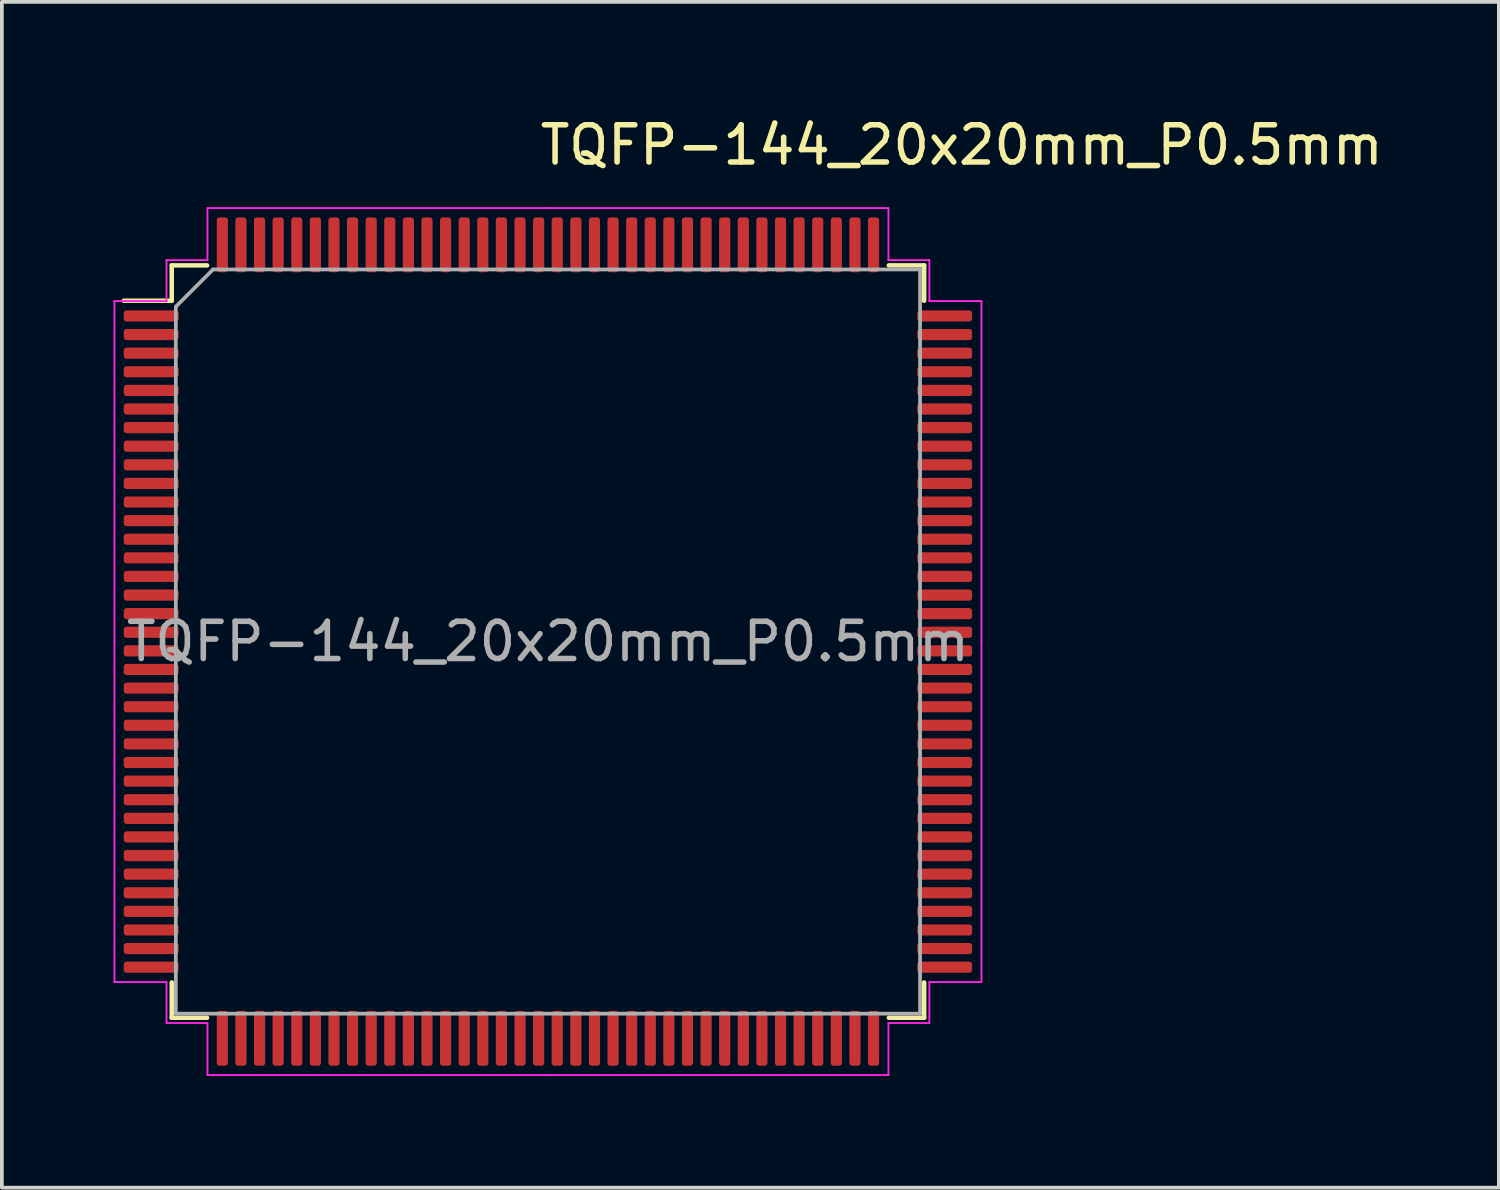
<source format=kicad_pcb>
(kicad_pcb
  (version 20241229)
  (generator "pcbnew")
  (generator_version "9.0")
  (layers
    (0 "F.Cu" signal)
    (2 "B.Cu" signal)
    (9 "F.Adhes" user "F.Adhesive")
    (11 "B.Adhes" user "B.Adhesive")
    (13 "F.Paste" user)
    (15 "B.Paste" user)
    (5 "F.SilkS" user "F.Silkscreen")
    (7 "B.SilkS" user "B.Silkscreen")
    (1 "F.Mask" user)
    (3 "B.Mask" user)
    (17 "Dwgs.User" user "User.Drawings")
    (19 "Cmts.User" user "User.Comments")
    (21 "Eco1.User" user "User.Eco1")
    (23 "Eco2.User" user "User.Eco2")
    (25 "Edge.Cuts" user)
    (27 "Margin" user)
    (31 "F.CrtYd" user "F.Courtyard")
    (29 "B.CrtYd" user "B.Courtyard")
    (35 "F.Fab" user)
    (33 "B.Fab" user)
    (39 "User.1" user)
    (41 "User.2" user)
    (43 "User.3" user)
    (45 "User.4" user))
  (footprint "TQFP-144_20x20mm_P0.5mm"
    (layer "F.Cu")
    (at 11.675 14.191)
    (property "Reference" "TQFP-144_20x20mm_P0.5mm" (at 11.12 -13.343 0) (layer "F.SilkS") (effects (font (size 1 1) (thickness 0.15))))
    (attr smd)
    (fp_line (start -10.11 -10.11) (end -10.11 -9.16) (stroke (width 0.12) (type solid)) (layer "F.SilkS"))
    (fp_line (start -10.11 -9.16) (end -11.4 -9.16) (stroke (width 0.12) (type solid)) (layer "F.SilkS"))
    (fp_line (start -10.11 10.11) (end -10.11 9.16) (stroke (width 0.12) (type solid)) (layer "F.SilkS"))
    (fp_line (start -9.16 -10.11) (end -10.11 -10.11) (stroke (width 0.12) (type solid)) (layer "F.SilkS"))
    (fp_line (start -9.16 10.11) (end -10.11 10.11) (stroke (width 0.12) (type solid)) (layer "F.SilkS"))
    (fp_line (start 9.16 -10.11) (end 10.11 -10.11) (stroke (width 0.12) (type solid)) (layer "F.SilkS"))
    (fp_line (start 9.16 10.11) (end 10.11 10.11) (stroke (width 0.12) (type solid)) (layer "F.SilkS"))
    (fp_line (start 10.11 -10.11) (end 10.11 -9.16) (stroke (width 0.12) (type solid)) (layer "F.SilkS"))
    (fp_line (start 10.11 10.11) (end 10.11 9.16) (stroke (width 0.12) (type solid)) (layer "F.SilkS"))
    (fp_line (start -11.65 -9.15) (end -11.65 0) (stroke (width 0.05) (type solid)) (layer "F.CrtYd"))
    (fp_line (start -11.65 9.15) (end -11.65 0) (stroke (width 0.05) (type solid)) (layer "F.CrtYd"))
    (fp_line (start -10.25 -10.25) (end -10.25 -9.15) (stroke (width 0.05) (type solid)) (layer "F.CrtYd"))
    (fp_line (start -10.25 -9.15) (end -11.65 -9.15) (stroke (width 0.05) (type solid)) (layer "F.CrtYd"))
    (fp_line (start -10.25 9.15) (end -11.65 9.15) (stroke (width 0.05) (type solid)) (layer "F.CrtYd"))
    (fp_line (start -10.25 10.25) (end -10.25 9.15) (stroke (width 0.05) (type solid)) (layer "F.CrtYd"))
    (fp_line (start -9.15 -11.65) (end -9.15 -10.25) (stroke (width 0.05) (type solid)) (layer "F.CrtYd"))
    (fp_line (start -9.15 -10.25) (end -10.25 -10.25) (stroke (width 0.05) (type solid)) (layer "F.CrtYd"))
    (fp_line (start -9.15 10.25) (end -10.25 10.25) (stroke (width 0.05) (type solid)) (layer "F.CrtYd"))
    (fp_line (start -9.15 11.65) (end -9.15 10.25) (stroke (width 0.05) (type solid)) (layer "F.CrtYd"))
    (fp_line (start 0 -11.65) (end -9.15 -11.65) (stroke (width 0.05) (type solid)) (layer "F.CrtYd"))
    (fp_line (start 0 -11.65) (end 9.15 -11.65) (stroke (width 0.05) (type solid)) (layer "F.CrtYd"))
    (fp_line (start 0 11.65) (end -9.15 11.65) (stroke (width 0.05) (type solid)) (layer "F.CrtYd"))
    (fp_line (start 0 11.65) (end 9.15 11.65) (stroke (width 0.05) (type solid)) (layer "F.CrtYd"))
    (fp_line (start 9.15 -11.65) (end 9.15 -10.25) (stroke (width 0.05) (type solid)) (layer "F.CrtYd"))
    (fp_line (start 9.15 -10.25) (end 10.25 -10.25) (stroke (width 0.05) (type solid)) (layer "F.CrtYd"))
    (fp_line (start 9.15 10.25) (end 10.25 10.25) (stroke (width 0.05) (type solid)) (layer "F.CrtYd"))
    (fp_line (start 9.15 11.65) (end 9.15 10.25) (stroke (width 0.05) (type solid)) (layer "F.CrtYd"))
    (fp_line (start 10.25 -10.25) (end 10.25 -9.15) (stroke (width 0.05) (type solid)) (layer "F.CrtYd"))
    (fp_line (start 10.25 -9.15) (end 11.65 -9.15) (stroke (width 0.05) (type solid)) (layer "F.CrtYd"))
    (fp_line (start 10.25 9.15) (end 11.65 9.15) (stroke (width 0.05) (type solid)) (layer "F.CrtYd"))
    (fp_line (start 10.25 10.25) (end 10.25 9.15) (stroke (width 0.05) (type solid)) (layer "F.CrtYd"))
    (fp_line (start 11.65 -9.15) (end 11.65 0) (stroke (width 0.05) (type solid)) (layer "F.CrtYd"))
    (fp_line (start 11.65 9.15) (end 11.65 0) (stroke (width 0.05) (type solid)) (layer "F.CrtYd"))
    (fp_line (start -10 -9) (end -9 -10) (stroke (width 0.1) (type solid)) (layer "F.Fab"))
    (fp_line (start -10 10) (end -10 -9) (stroke (width 0.1) (type solid)) (layer "F.Fab"))
    (fp_line (start -9 -10) (end 10 -10) (stroke (width 0.1) (type solid)) (layer "F.Fab"))
    (fp_line (start 10 -10) (end 10 10) (stroke (width 0.1) (type solid)) (layer "F.Fab"))
    (fp_line (start 10 10) (end -10 10) (stroke (width 0.1) (type solid)) (layer "F.Fab"))
    (fp_text user "${REFERENCE}" (at 0 0 0) (layer "F.Fab") (effects (font (size 1 1) (thickness 0.15))))
    (pad "1" smd roundrect (at -10.662 -8.75) (size 1.475 0.3) (layers "F.Cu" "F.Mask" "F.Paste") (roundrect_rratio 0.25))
    (pad "2" smd roundrect (at -10.662 -8.25) (size 1.475 0.3) (layers "F.Cu" "F.Mask" "F.Paste") (roundrect_rratio 0.25))
    (pad "3" smd roundrect (at -10.662 -7.75) (size 1.475 0.3) (layers "F.Cu" "F.Mask" "F.Paste") (roundrect_rratio 0.25))
    (pad "4" smd roundrect (at -10.662 -7.25) (size 1.475 0.3) (layers "F.Cu" "F.Mask" "F.Paste") (roundrect_rratio 0.25))
    (pad "5" smd roundrect (at -10.662 -6.75) (size 1.475 0.3) (layers "F.Cu" "F.Mask" "F.Paste") (roundrect_rratio 0.25))
    (pad "6" smd roundrect (at -10.662 -6.25) (size 1.475 0.3) (layers "F.Cu" "F.Mask" "F.Paste") (roundrect_rratio 0.25))
    (pad "7" smd roundrect (at -10.662 -5.75) (size 1.475 0.3) (layers "F.Cu" "F.Mask" "F.Paste") (roundrect_rratio 0.25))
    (pad "8" smd roundrect (at -10.662 -5.25) (size 1.475 0.3) (layers "F.Cu" "F.Mask" "F.Paste") (roundrect_rratio 0.25))
    (pad "9" smd roundrect (at -10.662 -4.75) (size 1.475 0.3) (layers "F.Cu" "F.Mask" "F.Paste") (roundrect_rratio 0.25))
    (pad "10" smd roundrect (at -10.662 -4.25) (size 1.475 0.3) (layers "F.Cu" "F.Mask" "F.Paste") (roundrect_rratio 0.25))
    (pad "11" smd roundrect (at -10.662 -3.75) (size 1.475 0.3) (layers "F.Cu" "F.Mask" "F.Paste") (roundrect_rratio 0.25))
    (pad "12" smd roundrect (at -10.662 -3.25) (size 1.475 0.3) (layers "F.Cu" "F.Mask" "F.Paste") (roundrect_rratio 0.25))
    (pad "13" smd roundrect (at -10.662 -2.75) (size 1.475 0.3) (layers "F.Cu" "F.Mask" "F.Paste") (roundrect_rratio 0.25))
    (pad "14" smd roundrect (at -10.662 -2.25) (size 1.475 0.3) (layers "F.Cu" "F.Mask" "F.Paste") (roundrect_rratio 0.25))
    (pad "15" smd roundrect (at -10.662 -1.75) (size 1.475 0.3) (layers "F.Cu" "F.Mask" "F.Paste") (roundrect_rratio 0.25))
    (pad "16" smd roundrect (at -10.662 -1.25) (size 1.475 0.3) (layers "F.Cu" "F.Mask" "F.Paste") (roundrect_rratio 0.25))
    (pad "17" smd roundrect (at -10.662 -0.75) (size 1.475 0.3) (layers "F.Cu" "F.Mask" "F.Paste") (roundrect_rratio 0.25))
    (pad "18" smd roundrect (at -10.662 -0.25) (size 1.475 0.3) (layers "F.Cu" "F.Mask" "F.Paste") (roundrect_rratio 0.25))
    (pad "19" smd roundrect (at -10.662 0.25) (size 1.475 0.3) (layers "F.Cu" "F.Mask" "F.Paste") (roundrect_rratio 0.25))
    (pad "20" smd roundrect (at -10.662 0.75) (size 1.475 0.3) (layers "F.Cu" "F.Mask" "F.Paste") (roundrect_rratio 0.25))
    (pad "21" smd roundrect (at -10.662 1.25) (size 1.475 0.3) (layers "F.Cu" "F.Mask" "F.Paste") (roundrect_rratio 0.25))
    (pad "22" smd roundrect (at -10.662 1.75) (size 1.475 0.3) (layers "F.Cu" "F.Mask" "F.Paste") (roundrect_rratio 0.25))
    (pad "23" smd roundrect (at -10.662 2.25) (size 1.475 0.3) (layers "F.Cu" "F.Mask" "F.Paste") (roundrect_rratio 0.25))
    (pad "24" smd roundrect (at -10.662 2.75) (size 1.475 0.3) (layers "F.Cu" "F.Mask" "F.Paste") (roundrect_rratio 0.25))
    (pad "25" smd roundrect (at -10.662 3.25) (size 1.475 0.3) (layers "F.Cu" "F.Mask" "F.Paste") (roundrect_rratio 0.25))
    (pad "26" smd roundrect (at -10.662 3.75) (size 1.475 0.3) (layers "F.Cu" "F.Mask" "F.Paste") (roundrect_rratio 0.25))
    (pad "27" smd roundrect (at -10.662 4.25) (size 1.475 0.3) (layers "F.Cu" "F.Mask" "F.Paste") (roundrect_rratio 0.25))
    (pad "28" smd roundrect (at -10.662 4.75) (size 1.475 0.3) (layers "F.Cu" "F.Mask" "F.Paste") (roundrect_rratio 0.25))
    (pad "29" smd roundrect (at -10.662 5.25) (size 1.475 0.3) (layers "F.Cu" "F.Mask" "F.Paste") (roundrect_rratio 0.25))
    (pad "30" smd roundrect (at -10.662 5.75) (size 1.475 0.3) (layers "F.Cu" "F.Mask" "F.Paste") (roundrect_rratio 0.25))
    (pad "31" smd roundrect (at -10.662 6.25) (size 1.475 0.3) (layers "F.Cu" "F.Mask" "F.Paste") (roundrect_rratio 0.25))
    (pad "32" smd roundrect (at -10.662 6.75) (size 1.475 0.3) (layers "F.Cu" "F.Mask" "F.Paste") (roundrect_rratio 0.25))
    (pad "33" smd roundrect (at -10.662 7.25) (size 1.475 0.3) (layers "F.Cu" "F.Mask" "F.Paste") (roundrect_rratio 0.25))
    (pad "34" smd roundrect (at -10.662 7.75) (size 1.475 0.3) (layers "F.Cu" "F.Mask" "F.Paste") (roundrect_rratio 0.25))
    (pad "35" smd roundrect (at -10.662 8.25) (size 1.475 0.3) (layers "F.Cu" "F.Mask" "F.Paste") (roundrect_rratio 0.25))
    (pad "36" smd roundrect (at -10.662 8.75) (size 1.475 0.3) (layers "F.Cu" "F.Mask" "F.Paste") (roundrect_rratio 0.25))
    (pad "37" smd roundrect (at -8.75 10.662) (size 0.3 1.475) (layers "F.Cu" "F.Mask" "F.Paste") (roundrect_rratio 0.25))
    (pad "38" smd roundrect (at -8.25 10.662) (size 0.3 1.475) (layers "F.Cu" "F.Mask" "F.Paste") (roundrect_rratio 0.25))
    (pad "39" smd roundrect (at -7.75 10.662) (size 0.3 1.475) (layers "F.Cu" "F.Mask" "F.Paste") (roundrect_rratio 0.25))
    (pad "40" smd roundrect (at -7.25 10.662) (size 0.3 1.475) (layers "F.Cu" "F.Mask" "F.Paste") (roundrect_rratio 0.25))
    (pad "41" smd roundrect (at -6.75 10.662) (size 0.3 1.475) (layers "F.Cu" "F.Mask" "F.Paste") (roundrect_rratio 0.25))
    (pad "42" smd roundrect (at -6.25 10.662) (size 0.3 1.475) (layers "F.Cu" "F.Mask" "F.Paste") (roundrect_rratio 0.25))
    (pad "43" smd roundrect (at -5.75 10.662) (size 0.3 1.475) (layers "F.Cu" "F.Mask" "F.Paste") (roundrect_rratio 0.25))
    (pad "44" smd roundrect (at -5.25 10.662) (size 0.3 1.475) (layers "F.Cu" "F.Mask" "F.Paste") (roundrect_rratio 0.25))
    (pad "45" smd roundrect (at -4.75 10.662) (size 0.3 1.475) (layers "F.Cu" "F.Mask" "F.Paste") (roundrect_rratio 0.25))
    (pad "46" smd roundrect (at -4.25 10.662) (size 0.3 1.475) (layers "F.Cu" "F.Mask" "F.Paste") (roundrect_rratio 0.25))
    (pad "47" smd roundrect (at -3.75 10.662) (size 0.3 1.475) (layers "F.Cu" "F.Mask" "F.Paste") (roundrect_rratio 0.25))
    (pad "48" smd roundrect (at -3.25 10.662) (size 0.3 1.475) (layers "F.Cu" "F.Mask" "F.Paste") (roundrect_rratio 0.25))
    (pad "49" smd roundrect (at -2.75 10.662) (size 0.3 1.475) (layers "F.Cu" "F.Mask" "F.Paste") (roundrect_rratio 0.25))
    (pad "50" smd roundrect (at -2.25 10.662) (size 0.3 1.475) (layers "F.Cu" "F.Mask" "F.Paste") (roundrect_rratio 0.25))
    (pad "51" smd roundrect (at -1.75 10.662) (size 0.3 1.475) (layers "F.Cu" "F.Mask" "F.Paste") (roundrect_rratio 0.25))
    (pad "52" smd roundrect (at -1.25 10.662) (size 0.3 1.475) (layers "F.Cu" "F.Mask" "F.Paste") (roundrect_rratio 0.25))
    (pad "53" smd roundrect (at -0.75 10.662) (size 0.3 1.475) (layers "F.Cu" "F.Mask" "F.Paste") (roundrect_rratio 0.25))
    (pad "54" smd roundrect (at -0.25 10.662) (size 0.3 1.475) (layers "F.Cu" "F.Mask" "F.Paste") (roundrect_rratio 0.25))
    (pad "55" smd roundrect (at 0.25 10.662) (size 0.3 1.475) (layers "F.Cu" "F.Mask" "F.Paste") (roundrect_rratio 0.25))
    (pad "56" smd roundrect (at 0.75 10.662) (size 0.3 1.475) (layers "F.Cu" "F.Mask" "F.Paste") (roundrect_rratio 0.25))
    (pad "57" smd roundrect (at 1.25 10.662) (size 0.3 1.475) (layers "F.Cu" "F.Mask" "F.Paste") (roundrect_rratio 0.25))
    (pad "58" smd roundrect (at 1.75 10.662) (size 0.3 1.475) (layers "F.Cu" "F.Mask" "F.Paste") (roundrect_rratio 0.25))
    (pad "59" smd roundrect (at 2.25 10.662) (size 0.3 1.475) (layers "F.Cu" "F.Mask" "F.Paste") (roundrect_rratio 0.25))
    (pad "60" smd roundrect (at 2.75 10.662) (size 0.3 1.475) (layers "F.Cu" "F.Mask" "F.Paste") (roundrect_rratio 0.25))
    (pad "61" smd roundrect (at 3.25 10.662) (size 0.3 1.475) (layers "F.Cu" "F.Mask" "F.Paste") (roundrect_rratio 0.25))
    (pad "62" smd roundrect (at 3.75 10.662) (size 0.3 1.475) (layers "F.Cu" "F.Mask" "F.Paste") (roundrect_rratio 0.25))
    (pad "63" smd roundrect (at 4.25 10.662) (size 0.3 1.475) (layers "F.Cu" "F.Mask" "F.Paste") (roundrect_rratio 0.25))
    (pad "64" smd roundrect (at 4.75 10.662) (size 0.3 1.475) (layers "F.Cu" "F.Mask" "F.Paste") (roundrect_rratio 0.25))
    (pad "65" smd roundrect (at 5.25 10.662) (size 0.3 1.475) (layers "F.Cu" "F.Mask" "F.Paste") (roundrect_rratio 0.25))
    (pad "66" smd roundrect (at 5.75 10.662) (size 0.3 1.475) (layers "F.Cu" "F.Mask" "F.Paste") (roundrect_rratio 0.25))
    (pad "67" smd roundrect (at 6.25 10.662) (size 0.3 1.475) (layers "F.Cu" "F.Mask" "F.Paste") (roundrect_rratio 0.25))
    (pad "68" smd roundrect (at 6.75 10.662) (size 0.3 1.475) (layers "F.Cu" "F.Mask" "F.Paste") (roundrect_rratio 0.25))
    (pad "69" smd roundrect (at 7.25 10.662) (size 0.3 1.475) (layers "F.Cu" "F.Mask" "F.Paste") (roundrect_rratio 0.25))
    (pad "70" smd roundrect (at 7.75 10.662) (size 0.3 1.475) (layers "F.Cu" "F.Mask" "F.Paste") (roundrect_rratio 0.25))
    (pad "71" smd roundrect (at 8.25 10.662) (size 0.3 1.475) (layers "F.Cu" "F.Mask" "F.Paste") (roundrect_rratio 0.25))
    (pad "72" smd roundrect (at 8.75 10.662) (size 0.3 1.475) (layers "F.Cu" "F.Mask" "F.Paste") (roundrect_rratio 0.25))
    (pad "73" smd roundrect (at 10.662 8.75) (size 1.475 0.3) (layers "F.Cu" "F.Mask" "F.Paste") (roundrect_rratio 0.25))
    (pad "74" smd roundrect (at 10.662 8.25) (size 1.475 0.3) (layers "F.Cu" "F.Mask" "F.Paste") (roundrect_rratio 0.25))
    (pad "75" smd roundrect (at 10.662 7.75) (size 1.475 0.3) (layers "F.Cu" "F.Mask" "F.Paste") (roundrect_rratio 0.25))
    (pad "76" smd roundrect (at 10.662 7.25) (size 1.475 0.3) (layers "F.Cu" "F.Mask" "F.Paste") (roundrect_rratio 0.25))
    (pad "77" smd roundrect (at 10.662 6.75) (size 1.475 0.3) (layers "F.Cu" "F.Mask" "F.Paste") (roundrect_rratio 0.25))
    (pad "78" smd roundrect (at 10.662 6.25) (size 1.475 0.3) (layers "F.Cu" "F.Mask" "F.Paste") (roundrect_rratio 0.25))
    (pad "79" smd roundrect (at 10.662 5.75) (size 1.475 0.3) (layers "F.Cu" "F.Mask" "F.Paste") (roundrect_rratio 0.25))
    (pad "80" smd roundrect (at 10.662 5.25) (size 1.475 0.3) (layers "F.Cu" "F.Mask" "F.Paste") (roundrect_rratio 0.25))
    (pad "81" smd roundrect (at 10.662 4.75) (size 1.475 0.3) (layers "F.Cu" "F.Mask" "F.Paste") (roundrect_rratio 0.25))
    (pad "82" smd roundrect (at 10.662 4.25) (size 1.475 0.3) (layers "F.Cu" "F.Mask" "F.Paste") (roundrect_rratio 0.25))
    (pad "83" smd roundrect (at 10.662 3.75) (size 1.475 0.3) (layers "F.Cu" "F.Mask" "F.Paste") (roundrect_rratio 0.25))
    (pad "84" smd roundrect (at 10.662 3.25) (size 1.475 0.3) (layers "F.Cu" "F.Mask" "F.Paste") (roundrect_rratio 0.25))
    (pad "85" smd roundrect (at 10.662 2.75) (size 1.475 0.3) (layers "F.Cu" "F.Mask" "F.Paste") (roundrect_rratio 0.25))
    (pad "86" smd roundrect (at 10.662 2.25) (size 1.475 0.3) (layers "F.Cu" "F.Mask" "F.Paste") (roundrect_rratio 0.25))
    (pad "87" smd roundrect (at 10.662 1.75) (size 1.475 0.3) (layers "F.Cu" "F.Mask" "F.Paste") (roundrect_rratio 0.25))
    (pad "88" smd roundrect (at 10.662 1.25) (size 1.475 0.3) (layers "F.Cu" "F.Mask" "F.Paste") (roundrect_rratio 0.25))
    (pad "89" smd roundrect (at 10.662 0.75) (size 1.475 0.3) (layers "F.Cu" "F.Mask" "F.Paste") (roundrect_rratio 0.25))
    (pad "90" smd roundrect (at 10.662 0.25) (size 1.475 0.3) (layers "F.Cu" "F.Mask" "F.Paste") (roundrect_rratio 0.25))
    (pad "91" smd roundrect (at 10.662 -0.25) (size 1.475 0.3) (layers "F.Cu" "F.Mask" "F.Paste") (roundrect_rratio 0.25))
    (pad "92" smd roundrect (at 10.662 -0.75) (size 1.475 0.3) (layers "F.Cu" "F.Mask" "F.Paste") (roundrect_rratio 0.25))
    (pad "93" smd roundrect (at 10.662 -1.25) (size 1.475 0.3) (layers "F.Cu" "F.Mask" "F.Paste") (roundrect_rratio 0.25))
    (pad "94" smd roundrect (at 10.662 -1.75) (size 1.475 0.3) (layers "F.Cu" "F.Mask" "F.Paste") (roundrect_rratio 0.25))
    (pad "95" smd roundrect (at 10.662 -2.25) (size 1.475 0.3) (layers "F.Cu" "F.Mask" "F.Paste") (roundrect_rratio 0.25))
    (pad "96" smd roundrect (at 10.662 -2.75) (size 1.475 0.3) (layers "F.Cu" "F.Mask" "F.Paste") (roundrect_rratio 0.25))
    (pad "97" smd roundrect (at 10.662 -3.25) (size 1.475 0.3) (layers "F.Cu" "F.Mask" "F.Paste") (roundrect_rratio 0.25))
    (pad "98" smd roundrect (at 10.662 -3.75) (size 1.475 0.3) (layers "F.Cu" "F.Mask" "F.Paste") (roundrect_rratio 0.25))
    (pad "99" smd roundrect (at 10.662 -4.25) (size 1.475 0.3) (layers "F.Cu" "F.Mask" "F.Paste") (roundrect_rratio 0.25))
    (pad "100" smd roundrect (at 10.662 -4.75) (size 1.475 0.3) (layers "F.Cu" "F.Mask" "F.Paste") (roundrect_rratio 0.25))
    (pad "101" smd roundrect (at 10.662 -5.25) (size 1.475 0.3) (layers "F.Cu" "F.Mask" "F.Paste") (roundrect_rratio 0.25))
    (pad "102" smd roundrect (at 10.662 -5.75) (size 1.475 0.3) (layers "F.Cu" "F.Mask" "F.Paste") (roundrect_rratio 0.25))
    (pad "103" smd roundrect (at 10.662 -6.25) (size 1.475 0.3) (layers "F.Cu" "F.Mask" "F.Paste") (roundrect_rratio 0.25))
    (pad "104" smd roundrect (at 10.662 -6.75) (size 1.475 0.3) (layers "F.Cu" "F.Mask" "F.Paste") (roundrect_rratio 0.25))
    (pad "105" smd roundrect (at 10.662 -7.25) (size 1.475 0.3) (layers "F.Cu" "F.Mask" "F.Paste") (roundrect_rratio 0.25))
    (pad "106" smd roundrect (at 10.662 -7.75) (size 1.475 0.3) (layers "F.Cu" "F.Mask" "F.Paste") (roundrect_rratio 0.25))
    (pad "107" smd roundrect (at 10.662 -8.25) (size 1.475 0.3) (layers "F.Cu" "F.Mask" "F.Paste") (roundrect_rratio 0.25))
    (pad "108" smd roundrect (at 10.662 -8.75) (size 1.475 0.3) (layers "F.Cu" "F.Mask" "F.Paste") (roundrect_rratio 0.25))
    (pad "109" smd roundrect (at 8.75 -10.662) (size 0.3 1.475) (layers "F.Cu" "F.Mask" "F.Paste") (roundrect_rratio 0.25))
    (pad "110" smd roundrect (at 8.25 -10.662) (size 0.3 1.475) (layers "F.Cu" "F.Mask" "F.Paste") (roundrect_rratio 0.25))
    (pad "111" smd roundrect (at 7.75 -10.662) (size 0.3 1.475) (layers "F.Cu" "F.Mask" "F.Paste") (roundrect_rratio 0.25))
    (pad "112" smd roundrect (at 7.25 -10.662) (size 0.3 1.475) (layers "F.Cu" "F.Mask" "F.Paste") (roundrect_rratio 0.25))
    (pad "113" smd roundrect (at 6.75 -10.662) (size 0.3 1.475) (layers "F.Cu" "F.Mask" "F.Paste") (roundrect_rratio 0.25))
    (pad "114" smd roundrect (at 6.25 -10.662) (size 0.3 1.475) (layers "F.Cu" "F.Mask" "F.Paste") (roundrect_rratio 0.25))
    (pad "115" smd roundrect (at 5.75 -10.662) (size 0.3 1.475) (layers "F.Cu" "F.Mask" "F.Paste") (roundrect_rratio 0.25))
    (pad "116" smd roundrect (at 5.25 -10.662) (size 0.3 1.475) (layers "F.Cu" "F.Mask" "F.Paste") (roundrect_rratio 0.25))
    (pad "117" smd roundrect (at 4.75 -10.662) (size 0.3 1.475) (layers "F.Cu" "F.Mask" "F.Paste") (roundrect_rratio 0.25))
    (pad "118" smd roundrect (at 4.25 -10.662) (size 0.3 1.475) (layers "F.Cu" "F.Mask" "F.Paste") (roundrect_rratio 0.25))
    (pad "119" smd roundrect (at 3.75 -10.662) (size 0.3 1.475) (layers "F.Cu" "F.Mask" "F.Paste") (roundrect_rratio 0.25))
    (pad "120" smd roundrect (at 3.25 -10.662) (size 0.3 1.475) (layers "F.Cu" "F.Mask" "F.Paste") (roundrect_rratio 0.25))
    (pad "121" smd roundrect (at 2.75 -10.662) (size 0.3 1.475) (layers "F.Cu" "F.Mask" "F.Paste") (roundrect_rratio 0.25))
    (pad "122" smd roundrect (at 2.25 -10.662) (size 0.3 1.475) (layers "F.Cu" "F.Mask" "F.Paste") (roundrect_rratio 0.25))
    (pad "123" smd roundrect (at 1.75 -10.662) (size 0.3 1.475) (layers "F.Cu" "F.Mask" "F.Paste") (roundrect_rratio 0.25))
    (pad "124" smd roundrect (at 1.25 -10.662) (size 0.3 1.475) (layers "F.Cu" "F.Mask" "F.Paste") (roundrect_rratio 0.25))
    (pad "125" smd roundrect (at 0.75 -10.662) (size 0.3 1.475) (layers "F.Cu" "F.Mask" "F.Paste") (roundrect_rratio 0.25))
    (pad "126" smd roundrect (at 0.25 -10.662) (size 0.3 1.475) (layers "F.Cu" "F.Mask" "F.Paste") (roundrect_rratio 0.25))
    (pad "127" smd roundrect (at -0.25 -10.662) (size 0.3 1.475) (layers "F.Cu" "F.Mask" "F.Paste") (roundrect_rratio 0.25))
    (pad "128" smd roundrect (at -0.75 -10.662) (size 0.3 1.475) (layers "F.Cu" "F.Mask" "F.Paste") (roundrect_rratio 0.25))
    (pad "129" smd roundrect (at -1.25 -10.662) (size 0.3 1.475) (layers "F.Cu" "F.Mask" "F.Paste") (roundrect_rratio 0.25))
    (pad "130" smd roundrect (at -1.75 -10.662) (size 0.3 1.475) (layers "F.Cu" "F.Mask" "F.Paste") (roundrect_rratio 0.25))
    (pad "131" smd roundrect (at -2.25 -10.662) (size 0.3 1.475) (layers "F.Cu" "F.Mask" "F.Paste") (roundrect_rratio 0.25))
    (pad "132" smd roundrect (at -2.75 -10.662) (size 0.3 1.475) (layers "F.Cu" "F.Mask" "F.Paste") (roundrect_rratio 0.25))
    (pad "133" smd roundrect (at -3.25 -10.662) (size 0.3 1.475) (layers "F.Cu" "F.Mask" "F.Paste") (roundrect_rratio 0.25))
    (pad "134" smd roundrect (at -3.75 -10.662) (size 0.3 1.475) (layers "F.Cu" "F.Mask" "F.Paste") (roundrect_rratio 0.25))
    (pad "135" smd roundrect (at -4.25 -10.662) (size 0.3 1.475) (layers "F.Cu" "F.Mask" "F.Paste") (roundrect_rratio 0.25))
    (pad "136" smd roundrect (at -4.75 -10.662) (size 0.3 1.475) (layers "F.Cu" "F.Mask" "F.Paste") (roundrect_rratio 0.25))
    (pad "137" smd roundrect (at -5.25 -10.662) (size 0.3 1.475) (layers "F.Cu" "F.Mask" "F.Paste") (roundrect_rratio 0.25))
    (pad "138" smd roundrect (at -5.75 -10.662) (size 0.3 1.475) (layers "F.Cu" "F.Mask" "F.Paste") (roundrect_rratio 0.25))
    (pad "139" smd roundrect (at -6.25 -10.662) (size 0.3 1.475) (layers "F.Cu" "F.Mask" "F.Paste") (roundrect_rratio 0.25))
    (pad "140" smd roundrect (at -6.75 -10.662) (size 0.3 1.475) (layers "F.Cu" "F.Mask" "F.Paste") (roundrect_rratio 0.25))
    (pad "141" smd roundrect (at -7.25 -10.662) (size 0.3 1.475) (layers "F.Cu" "F.Mask" "F.Paste") (roundrect_rratio 0.25))
    (pad "142" smd roundrect (at -7.75 -10.662) (size 0.3 1.475) (layers "F.Cu" "F.Mask" "F.Paste") (roundrect_rratio 0.25))
    (pad "143" smd roundrect (at -8.25 -10.662) (size 0.3 1.475) (layers "F.Cu" "F.Mask" "F.Paste") (roundrect_rratio 0.25))
    (pad "144" smd roundrect (at -8.75 -10.662) (size 0.3 1.475) (layers "F.Cu" "F.Mask" "F.Paste") (roundrect_rratio 0.25)))
  (gr_rect
    (start -3 -3)
    (end 37.229 28.866)
    (stroke (width 0.1) (type default))
    (fill no)
    (layer "Edge.Cuts")))
</source>
